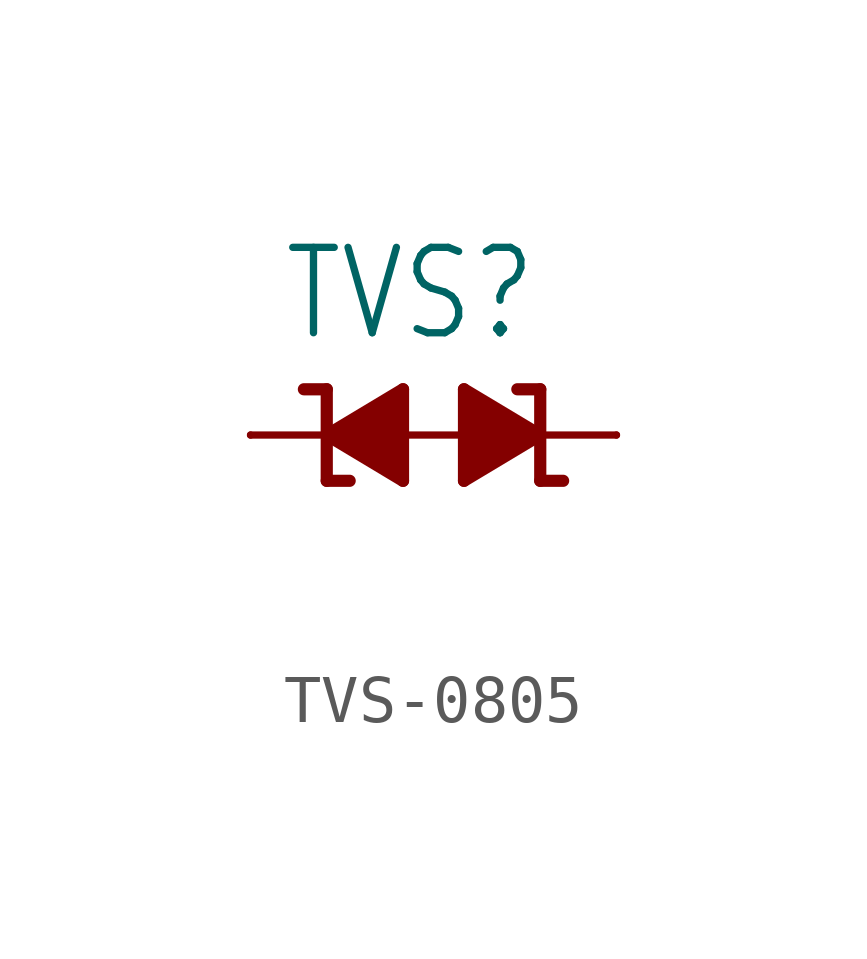
<source format=kicad_sym>
(kicad_symbol_lib
  (version 20231120)
  (generator "kicad_symbol_editor")
  (generator_version "8.0")
  (symbol "TVS-0805"
    (property "Reference" "TVS"
      (at -4.445 1.905 0)
      (effects (font (size 1.778 1.511)) (justify left bottom)))
    (property "Value" ""
      (at -4.445 -3.81 0)
      (effects (font (size 1.778 1.511)) (justify left bottom)))
    (property "ki_locked" ""
      (at 0 0 0)
      (effects (font (size 1.27 1.27))))
    (symbol "TVS-0805_1_0"
      (polyline (pts (xy -5.08 0) (xy 2.54 0)) (stroke (width 0.152) (type solid)) (fill (type none)))
      (polyline (pts (xy -3.493 -0.953) (xy -3.493 0)) (stroke (width 0.254) (type solid)) (fill (type none)))
      (polyline (pts (xy -3.493 0) (xy -3.493 0.953)) (stroke (width 0.254) (type solid)) (fill (type none)))
      (polyline (pts (xy -3.493 0) (xy -1.905 -0.953)) (stroke (width 0.254) (type solid)) (fill (type none)))
      (polyline (pts (xy -3.493 0.953) (xy -3.969 0.953)) (stroke (width 0.254) (type solid)) (fill (type none)))
      (polyline (pts (xy -3.016 -0.953) (xy -3.493 -0.953)) (stroke (width 0.254) (type solid)) (fill (type none)))
      (polyline (pts (xy -1.905 -0.953) (xy -1.905 0.953)) (stroke (width 0.254) (type solid)) (fill (type none)))
      (polyline (pts (xy -1.905 0.953) (xy -3.493 0)) (stroke (width 0.254) (type solid)) (fill (type none)))
      (polyline (pts (xy -0.635 -0.953) (xy 0.953 0)) (stroke (width 0.254) (type solid)) (fill (type none)))
      (polyline (pts (xy -0.635 0.953) (xy -0.635 -0.953)) (stroke (width 0.254) (type solid)) (fill (type none)))
      (polyline (pts (xy 0.476 0.953) (xy 0.953 0.953)) (stroke (width 0.254) (type solid)) (fill (type none)))
      (polyline (pts (xy 0.953 -0.953) (xy 1.429 -0.953)) (stroke (width 0.254) (type solid)) (fill (type none)))
      (polyline (pts (xy 0.953 0) (xy -0.635 0.953)) (stroke (width 0.254) (type solid)) (fill (type none)))
      (polyline (pts (xy 0.953 0) (xy 0.953 -0.953)) (stroke (width 0.254) (type solid)) (fill (type none)))
      (polyline (pts (xy 0.953 0.953) (xy 0.953 0)) (stroke (width 0.254) (type solid)) (fill (type none)))
      (polyline (pts (xy -1.905 -0.953) (xy -3.493 0) (xy -1.905 0.953)) (stroke (width 0.152) (type solid)) (fill (type outline)))
      (polyline (pts (xy -0.635 0.953) (xy 0.953 0) (xy -0.635 -0.953)) (stroke (width 0.152) (type solid)) (fill (type outline)))
      (pin passive line (at -5.08 0 0) (length 0) (name "1" (effects (font (size 0 0)))) (number "1" (effects (font (size 0 0)))))
      (pin passive line (at 2.54 0 180) (length 0) (name "2" (effects (font (size 0 0)))) (number "2" (effects (font (size 0 0))))))))
</source>
